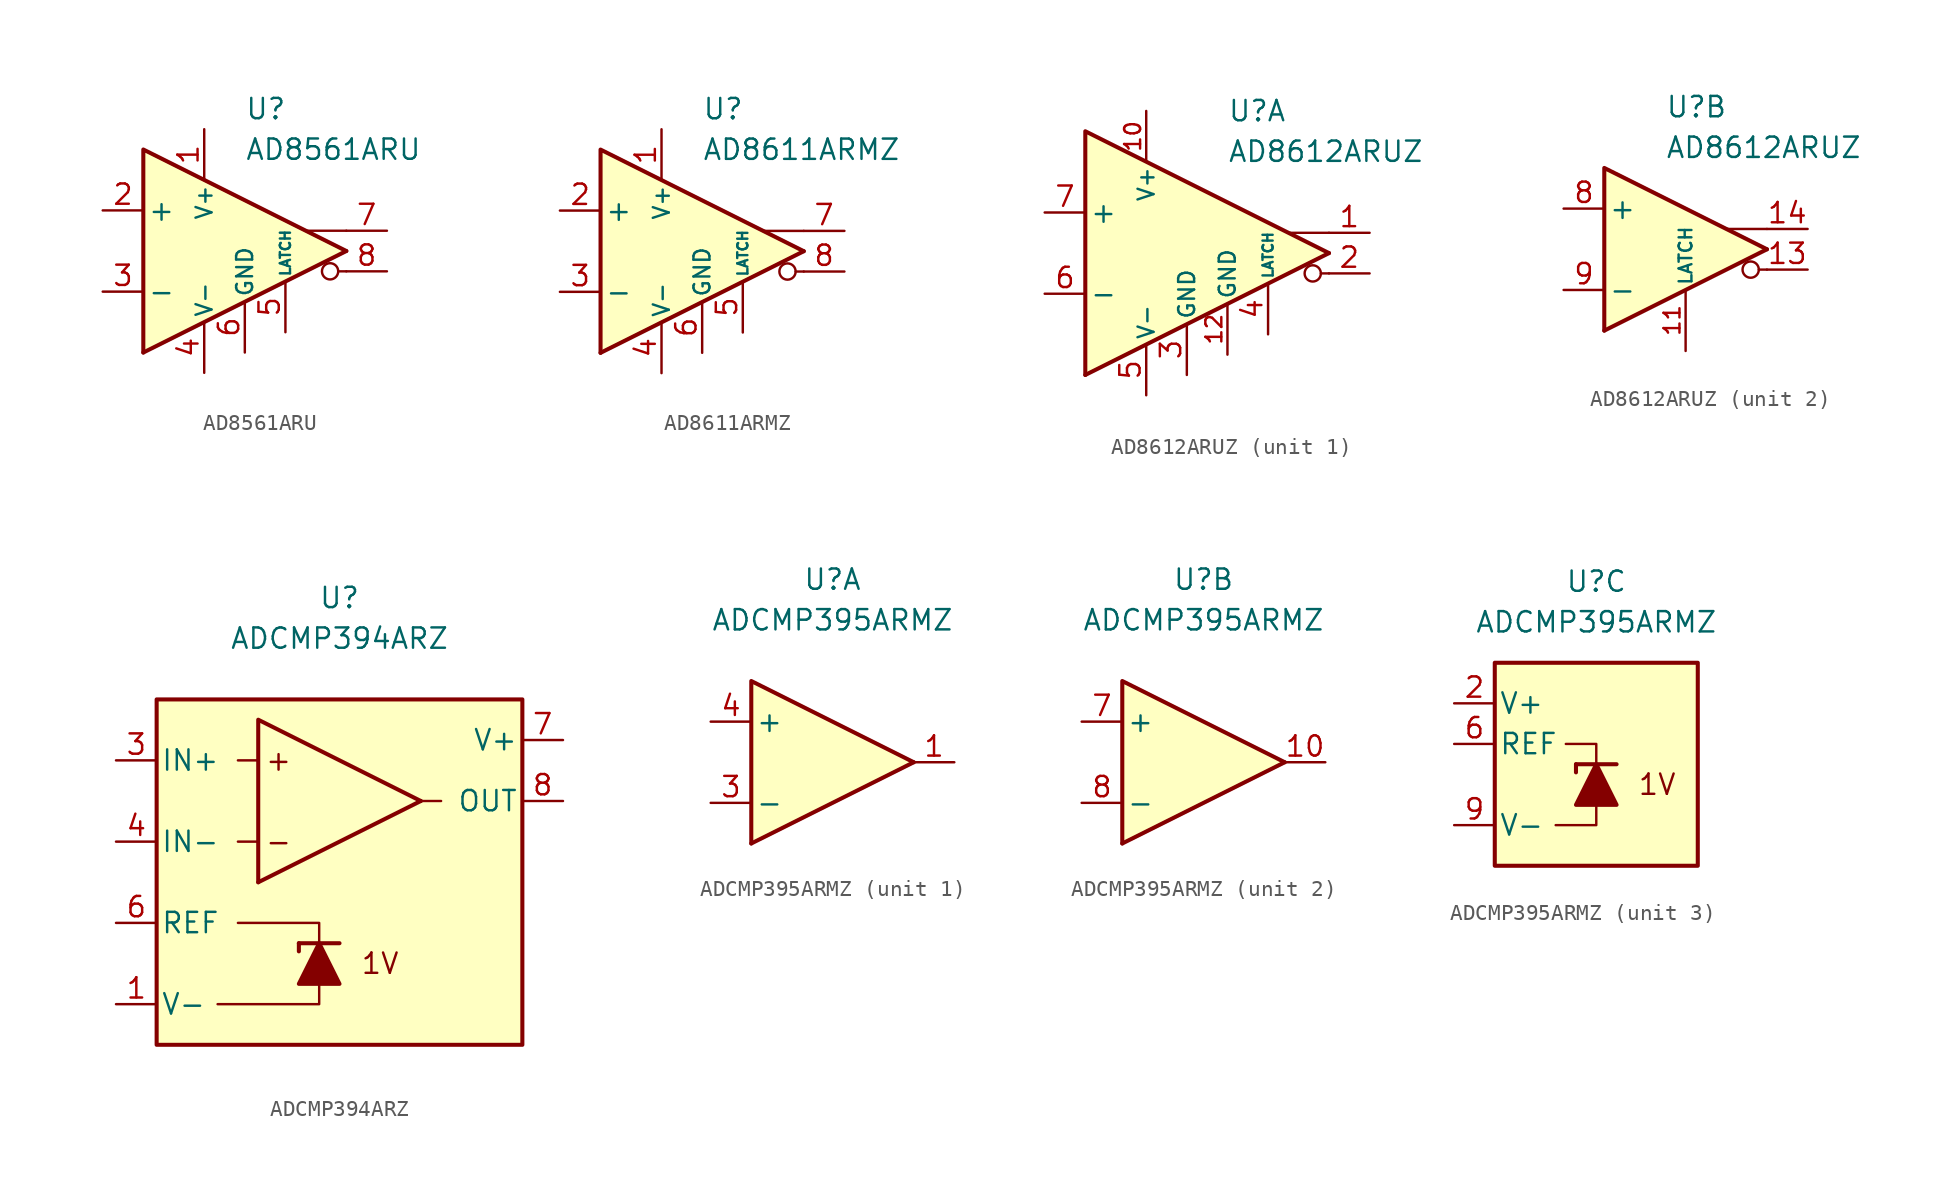
<source format=kicad_sym>
(kicad_symbol_lib
  (version 20231120)
  (generator "kicad_symbol_editor")
  (generator_version "8.0")
  (symbol "AD8561ARU"
    (pin_names
      (offset 0.254))
    (property "Reference" "U"
      (at 0 8.89 0)
      (effects (font (size 1.27 1.27)) (justify left)))
    (property "Value" "AD8561ARU"
      (at 0 6.35 0)
      (effects (font (size 1.27 1.27)) (justify left)))
    (symbol "AD8561ARU_0_0"
      (polyline (pts (xy 6.35 -1.27) (xy 5.842 -1.27)) (stroke (width 0.152) (type default)) (fill (type none)))
      (polyline (pts (xy 6.35 0) (xy -6.35 -6.35)) (stroke (width 0.254) (type default)) (fill (type none)))
      (polyline (pts (xy 6.35 1.27) (xy 3.81 1.27)) (stroke (width 0.152) (type default)) (fill (type none)))
      (polyline (pts (xy 6.35 0) (xy -6.35 6.35) (xy -6.35 -6.35)) (stroke (width 0.254) (type default)) (fill (type background)))
      (circle (center 5.334 -1.27) (radius 0.508) (stroke (width 0.152) (type default)) (fill (type none))))
    (symbol "AD8561ARU_1_1"
      (pin power_in line (at -2.54 7.62 270) (length 3.18) (name "V+" (effects (font (size 1 1)))) (number "1" (effects (font (size 1.27 1.27)))))
      (pin input line (at -8.89 2.54 0) (length 2.54) (name "+" (effects (font (size 1.27 1.27)))) (number "2" (effects (font (size 1.27 1.27)))))
      (pin input line (at -8.89 -2.54 0) (length 2.54) (name "-" (effects (font (size 1.27 1.27)))) (number "3" (effects (font (size 1.27 1.27)))))
      (pin power_in line (at -2.54 -7.62 90) (length 3.18) (name "V-" (effects (font (size 1 1)))) (number "4" (effects (font (size 1.27 1.27)))))
      (pin input line (at 2.54 -5.08 90) (length 3.18) (name "LATCH" (effects (font (size 0.635 0.635)))) (number "5" (effects (font (size 1.27 1.27)))))
      (pin power_in line (at 0 -6.35 90) (length 3.18) (name "GND" (effects (font (size 1 1)))) (number "6" (effects (font (size 1.27 1.27)))))
      (pin output line (at 8.89 1.27 180) (length 2.54) (name "~" (effects (font (size 1.27 1.27)))) (number "7" (effects (font (size 1.27 1.27)))))
      (pin output line (at 8.89 -1.27 180) (length 2.54) (name "~" (effects (font (size 1.27 1.27)))) (number "8" (effects (font (size 1.27 1.27)))))))
  (symbol "AD8611ARMZ"
    (pin_names
      (offset 0.254))
    (property "Reference" "U"
      (at 0 8.89 0)
      (effects (font (size 1.27 1.27)) (justify left)))
    (property "Value" "AD8611ARMZ"
      (at 0 6.35 0)
      (effects (font (size 1.27 1.27)) (justify left)))
    (symbol "AD8611ARMZ_0_0"
      (polyline (pts (xy 6.35 -1.27) (xy 5.842 -1.27)) (stroke (width 0.152) (type default)) (fill (type none)))
      (polyline (pts (xy 6.35 0) (xy -6.35 -6.35)) (stroke (width 0.254) (type default)) (fill (type none)))
      (polyline (pts (xy 6.35 1.27) (xy 3.81 1.27)) (stroke (width 0.152) (type default)) (fill (type none)))
      (polyline (pts (xy 6.35 0) (xy -6.35 6.35) (xy -6.35 -6.35)) (stroke (width 0.254) (type default)) (fill (type background)))
      (circle (center 5.334 -1.27) (radius 0.508) (stroke (width 0.152) (type default)) (fill (type none))))
    (symbol "AD8611ARMZ_1_1"
      (pin power_in line (at -2.54 7.62 270) (length 3.18) (name "V+" (effects (font (size 1 1)))) (number "1" (effects (font (size 1.27 1.27)))))
      (pin input line (at -8.89 2.54 0) (length 2.54) (name "+" (effects (font (size 1.27 1.27)))) (number "2" (effects (font (size 1.27 1.27)))))
      (pin input line (at -8.89 -2.54 0) (length 2.54) (name "-" (effects (font (size 1.27 1.27)))) (number "3" (effects (font (size 1.27 1.27)))))
      (pin power_in line (at -2.54 -7.62 90) (length 3.18) (name "V-" (effects (font (size 1 1)))) (number "4" (effects (font (size 1.27 1.27)))))
      (pin input line (at 2.54 -5.08 90) (length 3.18) (name "LATCH" (effects (font (size 0.635 0.635)))) (number "5" (effects (font (size 1.27 1.27)))))
      (pin power_in line (at 0 -6.35 90) (length 3.18) (name "GND" (effects (font (size 1 1)))) (number "6" (effects (font (size 1.27 1.27)))))
      (pin output line (at 8.89 1.27 180) (length 2.54) (name "~" (effects (font (size 1.27 1.27)))) (number "7" (effects (font (size 1.27 1.27)))))
      (pin output line (at 8.89 -1.27 180) (length 2.54) (name "~" (effects (font (size 1.27 1.27)))) (number "8" (effects (font (size 1.27 1.27)))))))
  (symbol "AD8612ARUZ"
    (pin_names
      (offset 0.254))
    (property "Reference" "U"
      (at 0 8.89 0)
      (effects (font (size 1.27 1.27)) (justify left)))
    (property "Value" "AD8612ARUZ"
      (at 0 6.35 0)
      (effects (font (size 1.27 1.27)) (justify left)))
    (property "ki_locked" ""
      (at 0 0 0)
      (effects (font (size 1.27 1.27))))
    (symbol "AD8612ARUZ_0_0"
      (polyline (pts (xy 6.35 -1.27) (xy 5.842 -1.27)) (stroke (width 0.152) (type default)) (fill (type none)))
      (polyline (pts (xy 6.35 1.27) (xy 3.81 1.27)) (stroke (width 0.152) (type default)) (fill (type none)))
      (circle (center 5.334 -1.27) (radius 0.508) (stroke (width 0.152) (type default)) (fill (type none))))
    (symbol "AD8612ARUZ_1_0"
      (polyline (pts (xy 6.35 0) (xy -8.89 -7.62)) (stroke (width 0.254) (type default)) (fill (type none)))
      (polyline (pts (xy 6.35 0) (xy -8.89 7.62) (xy -8.89 -7.62)) (stroke (width 0.254) (type default)) (fill (type background))))
    (symbol "AD8612ARUZ_1_1"
      (pin output line (at 8.89 1.27 180) (length 2.54) (name "~" (effects (font (size 1.27 1.27)))) (number "1" (effects (font (size 1.27 1.27)))))
      (pin power_in line (at -5.08 8.89 270) (length 3.18) (name "V+" (effects (font (size 1 1)))) (number "10" (effects (font (size 1 1)))))
      (pin power_in line (at 0 -6.35 90) (length 3.18) (name "GND" (effects (font (size 1 1)))) (number "12" (effects (font (size 1 1)))))
      (pin output line (at 8.89 -1.27 180) (length 2.54) (name "~" (effects (font (size 1.27 1.27)))) (number "2" (effects (font (size 1.27 1.27)))))
      (pin power_in line (at -2.54 -7.62 90) (length 3.18) (name "GND" (effects (font (size 1 1)))) (number "3" (effects (font (size 1.27 1.27)))))
      (pin input line (at 2.54 -5.08 90) (length 3.18) (name "LATCH" (effects (font (size 0.635 0.635)))) (number "4" (effects (font (size 1.27 1.27)))))
      (pin power_in line (at -5.08 -8.89 90) (length 3.18) (name "V-" (effects (font (size 1 1)))) (number "5" (effects (font (size 1.27 1.27)))))
      (pin input line (at -11.43 -2.54 0) (length 2.54) (name "-" (effects (font (size 1.27 1.27)))) (number "6" (effects (font (size 1.27 1.27)))))
      (pin input line (at -11.43 2.54 0) (length 2.54) (name "+" (effects (font (size 1.27 1.27)))) (number "7" (effects (font (size 1.27 1.27))))))
    (symbol "AD8612ARUZ_2_0"
      (polyline (pts (xy 6.35 0) (xy -3.81 -5.08)) (stroke (width 0.254) (type default)) (fill (type none)))
      (polyline (pts (xy 6.35 0) (xy -3.81 5.08) (xy -3.81 -5.08)) (stroke (width 0.254) (type default)) (fill (type background))))
    (symbol "AD8612ARUZ_2_1"
      (pin input line (at 1.27 -6.35 90) (length 3.81) (name "LATCH" (effects (font (size 0.8 0.8)))) (number "11" (effects (font (size 1 1)))))
      (pin output line (at 8.89 -1.27 180) (length 2.54) (name "~" (effects (font (size 1.27 1.27)))) (number "13" (effects (font (size 1.27 1.27)))))
      (pin output line (at 8.89 1.27 180) (length 2.54) (name "~" (effects (font (size 1.27 1.27)))) (number "14" (effects (font (size 1.27 1.27)))))
      (pin input line (at -6.35 2.54 0) (length 2.54) (name "+" (effects (font (size 1.27 1.27)))) (number "8" (effects (font (size 1.27 1.27)))))
      (pin input line (at -6.35 -2.54 0) (length 2.54) (name "-" (effects (font (size 1.27 1.27)))) (number "9" (effects (font (size 1.27 1.27)))))))
  (symbol "ADCMP394ARZ"
    (pin_names
      (offset 0.254))
    (property "Reference" "U"
      (at 0 16.51 0)
      (effects (font (size 1.27 1.27))))
    (property "Value" "ADCMP394ARZ"
      (at 0 13.97 0)
      (effects (font (size 1.27 1.27))))
    (symbol "ADCMP394ARZ_0_0"
      (polyline (pts (xy 5.08 3.81) (xy -5.08 -1.27)) (stroke (width 0.254) (type default)) (fill (type none)))
      (polyline (pts (xy 5.08 3.81) (xy -5.08 8.89) (xy -5.08 -1.27)) (stroke (width 0.254) (type default)) (fill (type background)))
      (text "+" (at -3.81 6.35 0) (effects (font (size 1.27 1.27))))
      (text "-" (at -3.81 1.27 0) (effects (font (size 1.27 1.27))))
      (text "1V" (at 2.54 -6.35 0) (effects (font (size 1.27 1.27)))))
    (symbol "ADCMP394ARZ_0_1"
      (rectangle (start -11.43 10.16) (end 11.43 -11.43) (stroke (width 0.254) (type default)) (fill (type background)))
      (polyline (pts (xy -5.08 1.27) (xy -6.35 1.27)) (stroke (width 0) (type default)) (fill (type none)))
      (polyline (pts (xy -5.08 6.35) (xy -6.35 6.35)) (stroke (width 0) (type default)) (fill (type none)))
      (polyline (pts (xy -2.54 -5.08) (xy -2.54 -5.588)) (stroke (width 0.254) (type default)) (fill (type none)))
      (polyline (pts (xy -2.54 -5.08) (xy 0 -5.08)) (stroke (width 0.254) (type default)) (fill (type none)))
      (polyline (pts (xy 5.08 3.81) (xy 6.35 3.81)) (stroke (width 0) (type default)) (fill (type none)))
      (polyline (pts (xy -1.27 -7.62) (xy -1.27 -8.89) (xy -7.62 -8.89)) (stroke (width 0) (type default)) (fill (type none)))
      (polyline (pts (xy -1.27 -5.08) (xy -1.27 -3.81) (xy -6.35 -3.81)) (stroke (width 0) (type default)) (fill (type none)))
      (polyline (pts (xy 0 -7.62) (xy -2.54 -7.62) (xy -1.27 -5.08) (xy 0 -7.62)) (stroke (width 0.254) (type default)) (fill (type outline))))
    (symbol "ADCMP394ARZ_1_1"
      (pin power_in line (at -13.97 -8.89 0) (length 2.54) (name "V-" (effects (font (size 1.27 1.27)))) (number "1" (effects (font (size 1.27 1.27)))))
      (pin free line (at 5.08 -6.35 0) (length 2.54) hide (name "NC" (effects (font (size 1.27 1.27)))) (number "2" (effects (font (size 1.27 1.27)))))
      (pin input line (at -13.97 6.35 0) (length 2.54) (name "IN+" (effects (font (size 1.27 1.27)))) (number "3" (effects (font (size 1.27 1.27)))))
      (pin input line (at -13.97 1.27 0) (length 2.54) (name "IN-" (effects (font (size 1.27 1.27)))) (number "4" (effects (font (size 1.27 1.27)))))
      (pin free line (at 5.08 -8.89 0) (length 2.54) hide (name "NC" (effects (font (size 1.27 1.27)))) (number "5" (effects (font (size 1.27 1.27)))))
      (pin output line (at -13.97 -3.81 0) (length 2.54) (name "REF" (effects (font (size 1.27 1.27)))) (number "6" (effects (font (size 1.27 1.27)))))
      (pin power_in line (at 13.97 7.62 180) (length 2.54) (name "V+" (effects (font (size 1.27 1.27)))) (number "7" (effects (font (size 1.27 1.27)))))
      (pin output line (at 13.97 3.81 180) (length 2.54) (name "OUT" (effects (font (size 1.27 1.27)))) (number "8" (effects (font (size 1.27 1.27)))))))
  (symbol "ADCMP395ARMZ"
    (pin_names
      (offset 0.254))
    (property "Reference" "U"
      (at 0 11.43 0)
      (effects (font (size 1.27 1.27))))
    (property "Value" "ADCMP395ARMZ"
      (at 0 8.89 0)
      (effects (font (size 1.27 1.27))))
    (property "ki_locked" ""
      (at 0 0 0)
      (effects (font (size 1.27 1.27))))
    (symbol "ADCMP395ARMZ_1_0"
      (polyline (pts (xy 5.08 0) (xy -5.08 -5.08)) (stroke (width 0.254) (type default)) (fill (type none)))
      (polyline (pts (xy 5.08 0) (xy -5.08 5.08) (xy -5.08 -5.08)) (stroke (width 0.254) (type default)) (fill (type background))))
    (symbol "ADCMP395ARMZ_1_1"
      (pin output line (at 7.62 0 180) (length 2.54) (name "~" (effects (font (size 1.27 1.27)))) (number "1" (effects (font (size 1.27 1.27)))))
      (pin input line (at -7.62 -2.54 0) (length 2.54) (name "-" (effects (font (size 1.27 1.27)))) (number "3" (effects (font (size 1.27 1.27)))))
      (pin input line (at -7.62 2.54 0) (length 2.54) (name "+" (effects (font (size 1.27 1.27)))) (number "4" (effects (font (size 1.27 1.27)))))
      (pin free line (at -2.54 0 0) (length 2.54) hide (name "NC" (effects (font (size 1.27 1.27)))) (number "5" (effects (font (size 1.27 1.27))))))
    (symbol "ADCMP395ARMZ_2_0"
      (polyline (pts (xy 5.08 0) (xy -5.08 -5.08)) (stroke (width 0.254) (type default)) (fill (type none)))
      (polyline (pts (xy 5.08 0) (xy -5.08 5.08) (xy -5.08 -5.08)) (stroke (width 0.254) (type default)) (fill (type background))))
    (symbol "ADCMP395ARMZ_2_1"
      (pin output line (at 7.62 0 180) (length 2.54) (name "~" (effects (font (size 1.27 1.27)))) (number "10" (effects (font (size 1.27 1.27)))))
      (pin input line (at -7.62 2.54 0) (length 2.54) (name "+" (effects (font (size 1.27 1.27)))) (number "7" (effects (font (size 1.27 1.27)))))
      (pin input line (at -7.62 -2.54 0) (length 2.54) (name "-" (effects (font (size 1.27 1.27)))) (number "8" (effects (font (size 1.27 1.27))))))
    (symbol "ADCMP395ARMZ_3_0"
      (rectangle (start -6.35 6.35) (end 6.35 -6.35) (stroke (width 0.254) (type default)) (fill (type background)))
      (polyline (pts (xy 0 -2.54) (xy 0 -3.81) (xy -2.54 -3.81)) (stroke (width 0.152) (type default)) (fill (type none)))
      (polyline (pts (xy 0 0) (xy 0 1.27) (xy -1.905 1.27)) (stroke (width 0.152) (type default)) (fill (type none)))
      (text "1V" (at 3.81 -1.27 0) (effects (font (size 1.27 1.27)))))
    (symbol "ADCMP395ARMZ_3_1"
      (polyline (pts (xy -1.27 0) (xy -1.27 -0.508)) (stroke (width 0.254) (type default)) (fill (type none)))
      (polyline (pts (xy -1.27 0) (xy 1.27 0)) (stroke (width 0.254) (type default)) (fill (type none)))
      (polyline (pts (xy 1.27 -2.54) (xy -1.27 -2.54) (xy 0 0) (xy 1.27 -2.54)) (stroke (width 0.254) (type default)) (fill (type outline)))
      (pin power_in line (at -8.89 3.81 0) (length 2.54) (name "V+" (effects (font (size 1.27 1.27)))) (number "2" (effects (font (size 1.27 1.27)))))
      (pin output line (at -8.89 1.27 0) (length 2.54) (name "REF" (effects (font (size 1.27 1.27)))) (number "6" (effects (font (size 1.27 1.27)))))
      (pin power_in line (at -8.89 -3.81 0) (length 2.54) (name "V-" (effects (font (size 1.27 1.27)))) (number "9" (effects (font (size 1.27 1.27))))))))
</source>
